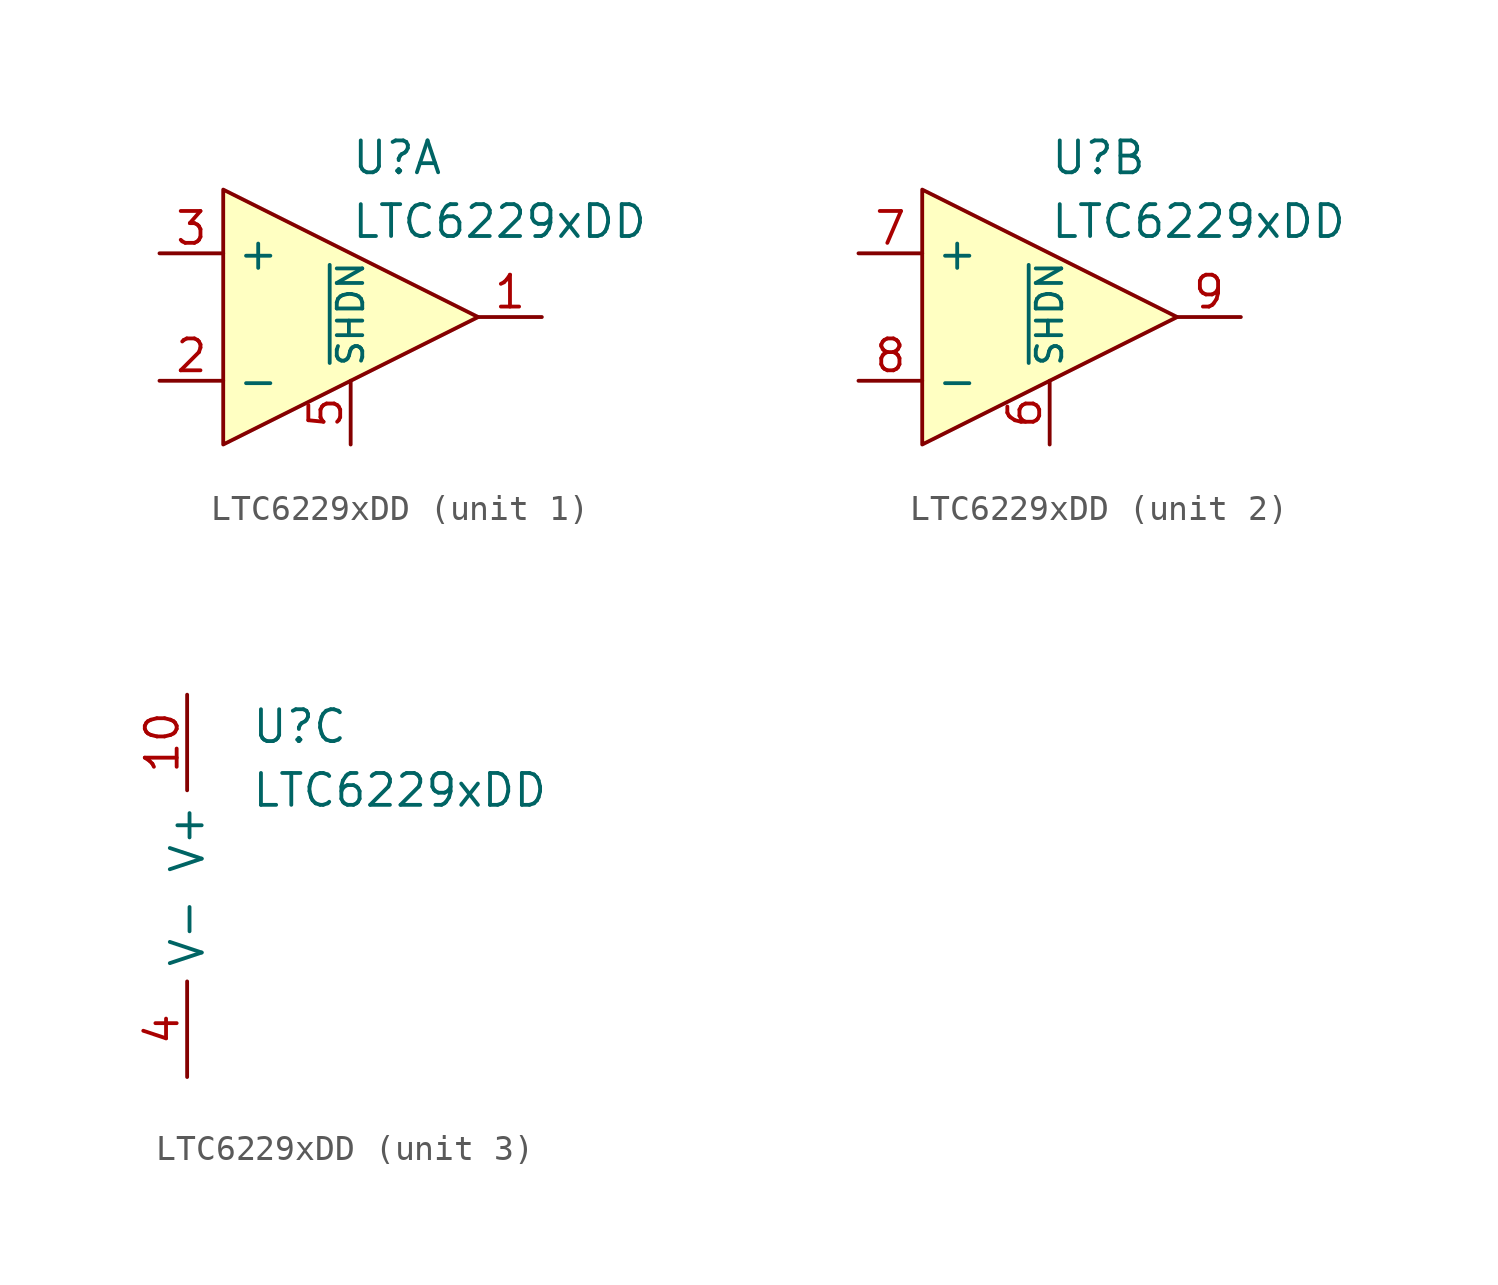
<source format=kicad_sym>
(kicad_symbol_lib
  (version 20211014)
  (generator kicad_symbol_editor)
  (symbol "LTC6229xDD"
    (property "Reference" "U"
      (at 0 6.35 0)
      (effects (font (size 1.27 1.27)) (justify left)))
    (property "Value" "LTC6229xDD"
      (at 0 3.81 0)
      (effects (font (size 1.27 1.27)) (justify left)))
    (symbol "LTC6229xDD_1_1"
      (polyline (pts (xy -5.08 5.08) (xy 5.08 0) (xy -5.08 -5.08) (xy -5.08 5.08)) (stroke (width 0) (type default) (color 0 0 0 0)) (fill (type background)))
      (pin output line (at 7.62 0 180) (length 2.54) (name "~" (effects (font (size 1.27 1.27)))) (number "1" (effects (font (size 1.27 1.27)))))
      (pin input line (at -7.62 -2.54 0) (length 2.54) (name "-" (effects (font (size 1.27 1.27)))) (number "2" (effects (font (size 1.27 1.27)))))
      (pin input line (at -7.62 2.54 0) (length 2.54) (name "+" (effects (font (size 1.27 1.27)))) (number "3" (effects (font (size 1.27 1.27)))))
      (pin input line (at 0 -5.08 90) (length 2.54) (name "~{SHDN}" (effects (font (size 1.016 1.016)))) (number "5" (effects (font (size 1.27 1.27))))))
    (symbol "LTC6229xDD_2_1"
      (polyline (pts (xy -5.08 5.08) (xy 5.08 0) (xy -5.08 -5.08) (xy -5.08 5.08)) (stroke (width 0) (type default) (color 0 0 0 0)) (fill (type background)))
      (pin input line (at 0 -5.08 90) (length 2.54) (name "~{SHDN}" (effects (font (size 1.016 1.016)))) (number "6" (effects (font (size 1.27 1.27)))))
      (pin input line (at -7.62 2.54 0) (length 2.54) (name "+" (effects (font (size 1.27 1.27)))) (number "7" (effects (font (size 1.27 1.27)))))
      (pin input line (at -7.62 -2.54 0) (length 2.54) (name "-" (effects (font (size 1.27 1.27)))) (number "8" (effects (font (size 1.27 1.27)))))
      (pin output line (at 7.62 0 180) (length 2.54) (name "~" (effects (font (size 1.27 1.27)))) (number "9" (effects (font (size 1.27 1.27))))))
    (symbol "LTC6229xDD_3_1"
      (pin power_in line (at -2.54 7.62 270) (length 3.81) (name "V+" (effects (font (size 1.27 1.27)))) (number "10" (effects (font (size 1.27 1.27)))))
      (pin passive line (at -2.54 -7.62 90) (length 3.81) hide (name "V-" (effects (font (size 1.27 1.27)))) (number "11" (effects (font (size 1.27 1.27)))))
      (pin power_in line (at -2.54 -7.62 90) (length 3.81) (name "V-" (effects (font (size 1.27 1.27)))) (number "4" (effects (font (size 1.27 1.27))))))))
</source>
